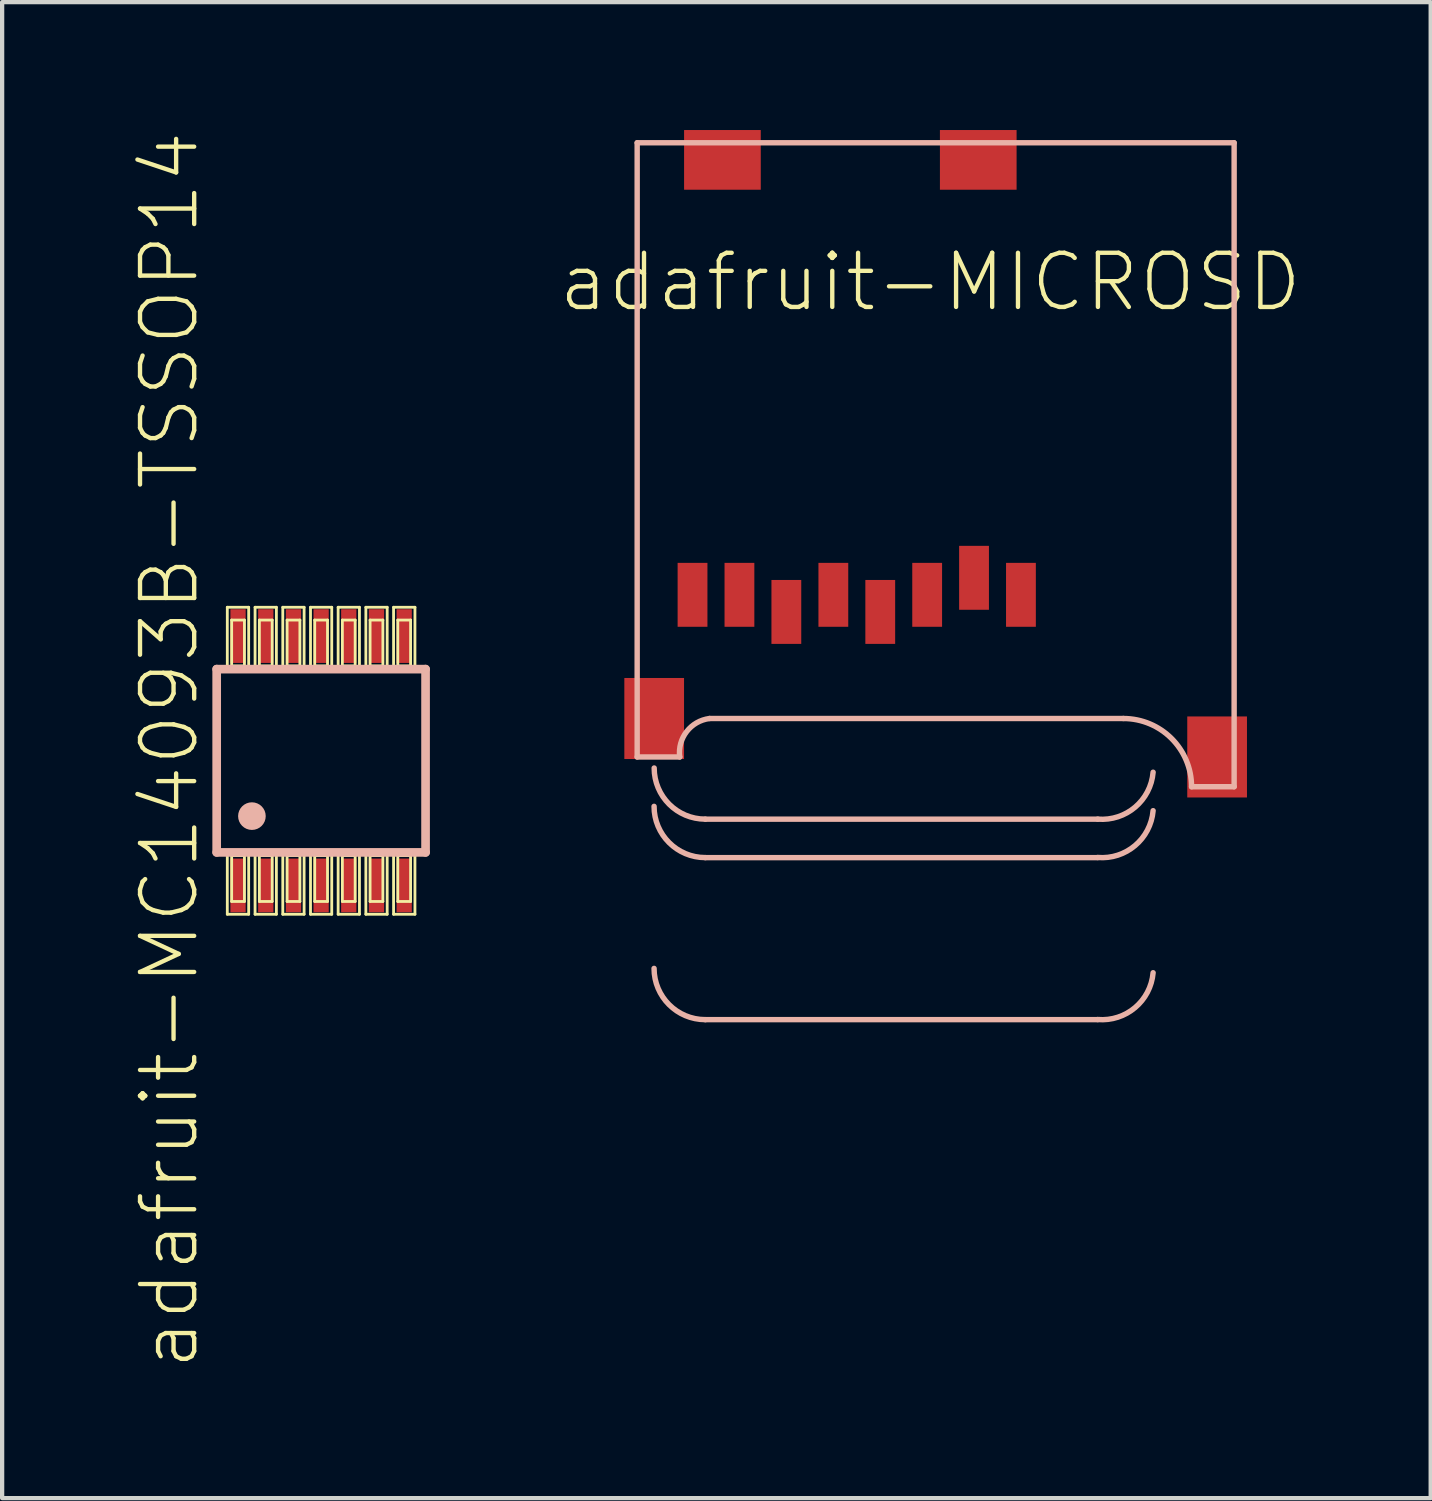
<source format=kicad_pcb>
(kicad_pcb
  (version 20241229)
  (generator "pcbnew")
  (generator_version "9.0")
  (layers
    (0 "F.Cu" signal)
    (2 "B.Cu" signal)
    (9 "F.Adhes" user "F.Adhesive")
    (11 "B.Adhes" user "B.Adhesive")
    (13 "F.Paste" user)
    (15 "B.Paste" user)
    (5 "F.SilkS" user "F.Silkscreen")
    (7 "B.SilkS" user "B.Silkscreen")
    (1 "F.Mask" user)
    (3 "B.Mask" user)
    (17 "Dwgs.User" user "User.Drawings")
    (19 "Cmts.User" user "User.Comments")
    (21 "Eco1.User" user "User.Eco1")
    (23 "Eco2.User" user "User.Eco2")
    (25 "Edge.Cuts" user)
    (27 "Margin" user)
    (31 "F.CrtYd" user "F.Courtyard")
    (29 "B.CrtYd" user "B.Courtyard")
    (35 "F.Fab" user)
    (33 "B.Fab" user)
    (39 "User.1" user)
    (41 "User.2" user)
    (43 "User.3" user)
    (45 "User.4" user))
  (footprint "adafruit-MC14093B-TSSOP14"
    (layer "F.Cu")
    (at 4.48 14.789)
    (property "Reference" "adafruit-MC14093B-TSSOP14" (at -3.559 -0.249 90) (layer "F.SilkS") (effects (font (size 1.27 1.27) (thickness 0.102))))
    (attr smd)
    (fp_line (start -2.2 -3.599) (end -1.699 -3.599) (stroke (width 0.066) (type solid)) (layer "F.SilkS"))
    (fp_line (start -2.2 -2.2) (end -2.2 -3.599) (stroke (width 0.066) (type solid)) (layer "F.SilkS"))
    (fp_line (start -2.2 -2.2) (end -1.699 -2.2) (stroke (width 0.066) (type solid)) (layer "F.SilkS"))
    (fp_line (start -2.2 2.2) (end -1.699 2.2) (stroke (width 0.066) (type solid)) (layer "F.SilkS"))
    (fp_line (start -2.2 3.599) (end -2.2 2.2) (stroke (width 0.066) (type solid)) (layer "F.SilkS"))
    (fp_line (start -2.2 3.599) (end -1.699 3.599) (stroke (width 0.066) (type solid)) (layer "F.SilkS"))
    (fp_line (start -2.098 -3.299) (end -1.798 -3.299) (stroke (width 0.066) (type solid)) (layer "F.SilkS"))
    (fp_line (start -2.098 -2.223) (end -2.098 -3.299) (stroke (width 0.066) (type solid)) (layer "F.SilkS"))
    (fp_line (start -2.098 -2.223) (end -1.798 -2.223) (stroke (width 0.066) (type solid)) (layer "F.SilkS"))
    (fp_line (start -2.098 2.223) (end -1.798 2.223) (stroke (width 0.066) (type solid)) (layer "F.SilkS"))
    (fp_line (start -2.098 3.299) (end -2.098 2.223) (stroke (width 0.066) (type solid)) (layer "F.SilkS"))
    (fp_line (start -2.098 3.299) (end -1.798 3.299) (stroke (width 0.066) (type solid)) (layer "F.SilkS"))
    (fp_line (start -1.798 -2.223) (end -1.798 -3.299) (stroke (width 0.066) (type solid)) (layer "F.SilkS"))
    (fp_line (start -1.798 3.299) (end -1.798 2.223) (stroke (width 0.066) (type solid)) (layer "F.SilkS"))
    (fp_line (start -1.699 -2.2) (end -1.699 -3.599) (stroke (width 0.066) (type solid)) (layer "F.SilkS"))
    (fp_line (start -1.699 3.599) (end -1.699 2.2) (stroke (width 0.066) (type solid)) (layer "F.SilkS"))
    (fp_line (start -1.549 -3.599) (end -1.049 -3.599) (stroke (width 0.066) (type solid)) (layer "F.SilkS"))
    (fp_line (start -1.549 -2.2) (end -1.549 -3.599) (stroke (width 0.066) (type solid)) (layer "F.SilkS"))
    (fp_line (start -1.549 -2.2) (end -1.049 -2.2) (stroke (width 0.066) (type solid)) (layer "F.SilkS"))
    (fp_line (start -1.549 2.2) (end -1.049 2.2) (stroke (width 0.066) (type solid)) (layer "F.SilkS"))
    (fp_line (start -1.549 3.599) (end -1.549 2.2) (stroke (width 0.066) (type solid)) (layer "F.SilkS"))
    (fp_line (start -1.549 3.599) (end -1.049 3.599) (stroke (width 0.066) (type solid)) (layer "F.SilkS"))
    (fp_line (start -1.448 -3.299) (end -1.148 -3.299) (stroke (width 0.066) (type solid)) (layer "F.SilkS"))
    (fp_line (start -1.448 -2.223) (end -1.448 -3.299) (stroke (width 0.066) (type solid)) (layer "F.SilkS"))
    (fp_line (start -1.448 -2.223) (end -1.148 -2.223) (stroke (width 0.066) (type solid)) (layer "F.SilkS"))
    (fp_line (start -1.448 2.223) (end -1.148 2.223) (stroke (width 0.066) (type solid)) (layer "F.SilkS"))
    (fp_line (start -1.448 3.299) (end -1.448 2.223) (stroke (width 0.066) (type solid)) (layer "F.SilkS"))
    (fp_line (start -1.448 3.299) (end -1.148 3.299) (stroke (width 0.066) (type solid)) (layer "F.SilkS"))
    (fp_line (start -1.148 -2.223) (end -1.148 -3.299) (stroke (width 0.066) (type solid)) (layer "F.SilkS"))
    (fp_line (start -1.148 3.299) (end -1.148 2.223) (stroke (width 0.066) (type solid)) (layer "F.SilkS"))
    (fp_line (start -1.049 -2.2) (end -1.049 -3.599) (stroke (width 0.066) (type solid)) (layer "F.SilkS"))
    (fp_line (start -1.049 3.599) (end -1.049 2.2) (stroke (width 0.066) (type solid)) (layer "F.SilkS"))
    (fp_line (start -0.899 -3.599) (end -0.399 -3.599) (stroke (width 0.066) (type solid)) (layer "F.SilkS"))
    (fp_line (start -0.899 -2.2) (end -0.899 -3.599) (stroke (width 0.066) (type solid)) (layer "F.SilkS"))
    (fp_line (start -0.899 -2.2) (end -0.399 -2.2) (stroke (width 0.066) (type solid)) (layer "F.SilkS"))
    (fp_line (start -0.899 2.2) (end -0.399 2.2) (stroke (width 0.066) (type solid)) (layer "F.SilkS"))
    (fp_line (start -0.899 3.599) (end -0.899 2.2) (stroke (width 0.066) (type solid)) (layer "F.SilkS"))
    (fp_line (start -0.899 3.599) (end -0.399 3.599) (stroke (width 0.066) (type solid)) (layer "F.SilkS"))
    (fp_line (start -0.798 -3.299) (end -0.498 -3.299) (stroke (width 0.066) (type solid)) (layer "F.SilkS"))
    (fp_line (start -0.798 -2.223) (end -0.798 -3.299) (stroke (width 0.066) (type solid)) (layer "F.SilkS"))
    (fp_line (start -0.798 -2.223) (end -0.498 -2.223) (stroke (width 0.066) (type solid)) (layer "F.SilkS"))
    (fp_line (start -0.798 2.223) (end -0.498 2.223) (stroke (width 0.066) (type solid)) (layer "F.SilkS"))
    (fp_line (start -0.798 3.299) (end -0.798 2.223) (stroke (width 0.066) (type solid)) (layer "F.SilkS"))
    (fp_line (start -0.798 3.299) (end -0.498 3.299) (stroke (width 0.066) (type solid)) (layer "F.SilkS"))
    (fp_line (start -0.498 -2.223) (end -0.498 -3.299) (stroke (width 0.066) (type solid)) (layer "F.SilkS"))
    (fp_line (start -0.498 3.299) (end -0.498 2.223) (stroke (width 0.066) (type solid)) (layer "F.SilkS"))
    (fp_line (start -0.399 -2.2) (end -0.399 -3.599) (stroke (width 0.066) (type solid)) (layer "F.SilkS"))
    (fp_line (start -0.399 3.599) (end -0.399 2.2) (stroke (width 0.066) (type solid)) (layer "F.SilkS"))
    (fp_line (start -0.249 -3.599) (end 0.249 -3.599) (stroke (width 0.066) (type solid)) (layer "F.SilkS"))
    (fp_line (start -0.249 -2.2) (end -0.249 -3.599) (stroke (width 0.066) (type solid)) (layer "F.SilkS"))
    (fp_line (start -0.249 -2.2) (end 0.249 -2.2) (stroke (width 0.066) (type solid)) (layer "F.SilkS"))
    (fp_line (start -0.249 2.2) (end 0.249 2.2) (stroke (width 0.066) (type solid)) (layer "F.SilkS"))
    (fp_line (start -0.249 3.599) (end -0.249 2.2) (stroke (width 0.066) (type solid)) (layer "F.SilkS"))
    (fp_line (start -0.249 3.599) (end 0.249 3.599) (stroke (width 0.066) (type solid)) (layer "F.SilkS"))
    (fp_line (start -0.15 -3.299) (end 0.15 -3.299) (stroke (width 0.066) (type solid)) (layer "F.SilkS"))
    (fp_line (start -0.15 -2.223) (end -0.15 -3.299) (stroke (width 0.066) (type solid)) (layer "F.SilkS"))
    (fp_line (start -0.15 -2.223) (end 0.15 -2.223) (stroke (width 0.066) (type solid)) (layer "F.SilkS"))
    (fp_line (start -0.15 2.223) (end 0.15 2.223) (stroke (width 0.066) (type solid)) (layer "F.SilkS"))
    (fp_line (start -0.15 3.299) (end -0.15 2.223) (stroke (width 0.066) (type solid)) (layer "F.SilkS"))
    (fp_line (start -0.15 3.299) (end 0.15 3.299) (stroke (width 0.066) (type solid)) (layer "F.SilkS"))
    (fp_line (start 0.15 -2.223) (end 0.15 -3.299) (stroke (width 0.066) (type solid)) (layer "F.SilkS"))
    (fp_line (start 0.15 3.299) (end 0.15 2.223) (stroke (width 0.066) (type solid)) (layer "F.SilkS"))
    (fp_line (start 0.249 -2.2) (end 0.249 -3.599) (stroke (width 0.066) (type solid)) (layer "F.SilkS"))
    (fp_line (start 0.249 3.599) (end 0.249 2.2) (stroke (width 0.066) (type solid)) (layer "F.SilkS"))
    (fp_line (start 0.399 -3.599) (end 0.899 -3.599) (stroke (width 0.066) (type solid)) (layer "F.SilkS"))
    (fp_line (start 0.399 -2.2) (end 0.399 -3.599) (stroke (width 0.066) (type solid)) (layer "F.SilkS"))
    (fp_line (start 0.399 -2.2) (end 0.899 -2.2) (stroke (width 0.066) (type solid)) (layer "F.SilkS"))
    (fp_line (start 0.399 2.2) (end 0.899 2.2) (stroke (width 0.066) (type solid)) (layer "F.SilkS"))
    (fp_line (start 0.399 3.599) (end 0.399 2.2) (stroke (width 0.066) (type solid)) (layer "F.SilkS"))
    (fp_line (start 0.399 3.599) (end 0.899 3.599) (stroke (width 0.066) (type solid)) (layer "F.SilkS"))
    (fp_line (start 0.498 -3.299) (end 0.798 -3.299) (stroke (width 0.066) (type solid)) (layer "F.SilkS"))
    (fp_line (start 0.498 -2.223) (end 0.498 -3.299) (stroke (width 0.066) (type solid)) (layer "F.SilkS"))
    (fp_line (start 0.498 -2.223) (end 0.798 -2.223) (stroke (width 0.066) (type solid)) (layer "F.SilkS"))
    (fp_line (start 0.498 2.223) (end 0.798 2.223) (stroke (width 0.066) (type solid)) (layer "F.SilkS"))
    (fp_line (start 0.498 3.299) (end 0.498 2.223) (stroke (width 0.066) (type solid)) (layer "F.SilkS"))
    (fp_line (start 0.498 3.299) (end 0.798 3.299) (stroke (width 0.066) (type solid)) (layer "F.SilkS"))
    (fp_line (start 0.798 -2.223) (end 0.798 -3.299) (stroke (width 0.066) (type solid)) (layer "F.SilkS"))
    (fp_line (start 0.798 3.299) (end 0.798 2.223) (stroke (width 0.066) (type solid)) (layer "F.SilkS"))
    (fp_line (start 0.899 -2.2) (end 0.899 -3.599) (stroke (width 0.066) (type solid)) (layer "F.SilkS"))
    (fp_line (start 0.899 3.599) (end 0.899 2.2) (stroke (width 0.066) (type solid)) (layer "F.SilkS"))
    (fp_line (start 1.049 -3.599) (end 1.549 -3.599) (stroke (width 0.066) (type solid)) (layer "F.SilkS"))
    (fp_line (start 1.049 -2.2) (end 1.049 -3.599) (stroke (width 0.066) (type solid)) (layer "F.SilkS"))
    (fp_line (start 1.049 -2.2) (end 1.549 -2.2) (stroke (width 0.066) (type solid)) (layer "F.SilkS"))
    (fp_line (start 1.049 2.2) (end 1.549 2.2) (stroke (width 0.066) (type solid)) (layer "F.SilkS"))
    (fp_line (start 1.049 3.599) (end 1.049 2.2) (stroke (width 0.066) (type solid)) (layer "F.SilkS"))
    (fp_line (start 1.049 3.599) (end 1.549 3.599) (stroke (width 0.066) (type solid)) (layer "F.SilkS"))
    (fp_line (start 1.148 -3.299) (end 1.448 -3.299) (stroke (width 0.066) (type solid)) (layer "F.SilkS"))
    (fp_line (start 1.148 -2.223) (end 1.148 -3.299) (stroke (width 0.066) (type solid)) (layer "F.SilkS"))
    (fp_line (start 1.148 -2.223) (end 1.448 -2.223) (stroke (width 0.066) (type solid)) (layer "F.SilkS"))
    (fp_line (start 1.148 2.223) (end 1.448 2.223) (stroke (width 0.066) (type solid)) (layer "F.SilkS"))
    (fp_line (start 1.148 3.299) (end 1.148 2.223) (stroke (width 0.066) (type solid)) (layer "F.SilkS"))
    (fp_line (start 1.148 3.299) (end 1.448 3.299) (stroke (width 0.066) (type solid)) (layer "F.SilkS"))
    (fp_line (start 1.448 -2.223) (end 1.448 -3.299) (stroke (width 0.066) (type solid)) (layer "F.SilkS"))
    (fp_line (start 1.448 3.299) (end 1.448 2.223) (stroke (width 0.066) (type solid)) (layer "F.SilkS"))
    (fp_line (start 1.549 -2.2) (end 1.549 -3.599) (stroke (width 0.066) (type solid)) (layer "F.SilkS"))
    (fp_line (start 1.549 3.599) (end 1.549 2.2) (stroke (width 0.066) (type solid)) (layer "F.SilkS"))
    (fp_line (start 1.699 -3.599) (end 2.2 -3.599) (stroke (width 0.066) (type solid)) (layer "F.SilkS"))
    (fp_line (start 1.699 -2.2) (end 1.699 -3.599) (stroke (width 0.066) (type solid)) (layer "F.SilkS"))
    (fp_line (start 1.699 -2.2) (end 2.2 -2.2) (stroke (width 0.066) (type solid)) (layer "F.SilkS"))
    (fp_line (start 1.699 2.2) (end 2.2 2.2) (stroke (width 0.066) (type solid)) (layer "F.SilkS"))
    (fp_line (start 1.699 3.599) (end 1.699 2.2) (stroke (width 0.066) (type solid)) (layer "F.SilkS"))
    (fp_line (start 1.699 3.599) (end 2.2 3.599) (stroke (width 0.066) (type solid)) (layer "F.SilkS"))
    (fp_line (start 1.798 -3.299) (end 2.098 -3.299) (stroke (width 0.066) (type solid)) (layer "F.SilkS"))
    (fp_line (start 1.798 -2.223) (end 1.798 -3.299) (stroke (width 0.066) (type solid)) (layer "F.SilkS"))
    (fp_line (start 1.798 -2.223) (end 2.098 -2.223) (stroke (width 0.066) (type solid)) (layer "F.SilkS"))
    (fp_line (start 1.798 2.223) (end 2.098 2.223) (stroke (width 0.066) (type solid)) (layer "F.SilkS"))
    (fp_line (start 1.798 3.299) (end 1.798 2.223) (stroke (width 0.066) (type solid)) (layer "F.SilkS"))
    (fp_line (start 1.798 3.299) (end 2.098 3.299) (stroke (width 0.066) (type solid)) (layer "F.SilkS"))
    (fp_line (start 2.098 -2.223) (end 2.098 -3.299) (stroke (width 0.066) (type solid)) (layer "F.SilkS"))
    (fp_line (start 2.098 3.299) (end 2.098 2.223) (stroke (width 0.066) (type solid)) (layer "F.SilkS"))
    (fp_line (start 2.2 -2.2) (end 2.2 -3.599) (stroke (width 0.066) (type solid)) (layer "F.SilkS"))
    (fp_line (start 2.2 3.599) (end 2.2 2.2) (stroke (width 0.066) (type solid)) (layer "F.SilkS"))
    (fp_line (start -2.449 -2.149) (end 2.449 -2.149) (stroke (width 0.203) (type solid)) (layer "B.SilkS"))
    (fp_line (start -2.449 2.149) (end -2.449 -2.149) (stroke (width 0.203) (type solid)) (layer "B.SilkS"))
    (fp_line (start 2.449 -2.149) (end 2.449 2.149) (stroke (width 0.203) (type solid)) (layer "B.SilkS"))
    (fp_line (start 2.449 2.149) (end -2.449 2.149) (stroke (width 0.203) (type solid)) (layer "B.SilkS"))
    (fp_circle (center -1.623 1.298) (end -1.852 1.527) (stroke (width 0) (type solid)) (fill yes) (layer "B.SilkS"))
    (pad "1" smd rect (at -1.948 2.924) (size 0.358 1.26) (layers "F.Cu" "F.Mask" "F.Paste"))
    (pad "2" smd rect (at -1.298 2.924) (size 0.358 1.26) (layers "F.Cu" "F.Mask" "F.Paste"))
    (pad "3" smd rect (at -0.648 2.924) (size 0.358 1.26) (layers "F.Cu" "F.Mask" "F.Paste"))
    (pad "4" smd rect (at 0 2.924) (size 0.358 1.26) (layers "F.Cu" "F.Mask" "F.Paste"))
    (pad "5" smd rect (at 0.648 2.924) (size 0.358 1.26) (layers "F.Cu" "F.Mask" "F.Paste"))
    (pad "6" smd rect (at 1.298 2.924) (size 0.358 1.26) (layers "F.Cu" "F.Mask" "F.Paste"))
    (pad "7" smd rect (at 1.948 2.924) (size 0.358 1.26) (layers "F.Cu" "F.Mask" "F.Paste"))
    (pad "8" smd rect (at 1.948 -2.924 180) (size 0.358 1.26) (layers "F.Cu" "F.Mask" "F.Paste"))
    (pad "9" smd rect (at 1.298 -2.924 180) (size 0.358 1.26) (layers "F.Cu" "F.Mask" "F.Paste"))
    (pad "10" smd rect (at 0.648 -2.924 180) (size 0.358 1.26) (layers "F.Cu" "F.Mask" "F.Paste"))
    (pad "11" smd rect (at 0 -2.924 180) (size 0.358 1.26) (layers "F.Cu" "F.Mask" "F.Paste"))
    (pad "12" smd rect (at -0.648 -2.924 180) (size 0.358 1.26) (layers "F.Cu" "F.Mask" "F.Paste"))
    (pad "13" smd rect (at -1.298 -2.924 180) (size 0.358 1.26) (layers "F.Cu" "F.Mask" "F.Paste"))
    (pad "14" smd rect (at -1.948 -2.924 180) (size 0.358 1.26) (layers "F.Cu" "F.Mask" "F.Paste")))
  (footprint "adafruit-MICROSD"
    (layer "F.Cu")
    (at 11.891 0.26)
    (property "Reference" "adafruit-MICROSD" (at 6.873 3.305 0) (layer "F.SilkS") (effects (font (size 1.27 1.27) (thickness 0.102))))
    (attr smd)
    (fp_line (start 0 0.038) (end 0 14.44) (stroke (width 0.127) (type solid)) (layer "B.SilkS"))
    (fp_line (start 0 14.44) (end 0.998 14.44) (stroke (width 0.127) (type solid)) (layer "B.SilkS"))
    (fp_line (start 1.598 15.898) (end 10.798 15.898) (stroke (width 0.127) (type solid)) (layer "B.SilkS"))
    (fp_line (start 1.598 16.8) (end 10.798 16.8) (stroke (width 0.127) (type solid)) (layer "B.SilkS"))
    (fp_line (start 1.598 20.599) (end 10.798 20.599) (stroke (width 0.127) (type solid)) (layer "B.SilkS"))
    (fp_line (start 1.699 13.538) (end 11.4 13.538) (stroke (width 0.127) (type solid)) (layer "B.SilkS"))
    (fp_line (start 13 15.138) (end 13.998 15.138) (stroke (width 0.127) (type solid)) (layer "B.SilkS"))
    (fp_line (start 13.998 0.038) (end 0 0.038) (stroke (width 0.127) (type solid)) (layer "B.SilkS"))
    (fp_line (start 13.998 15.138) (end 13.998 0.038) (stroke (width 0.127) (type solid)) (layer "B.SilkS"))
    (fp_arc (start 0.99822 14.4399) (mid 1.160722 13.844386) (end 1.69672 13.5382) (stroke (width 0.127) (type solid)) (layer "B.SilkS"))
    (fp_arc (start 1.59766 15.89786) (mid 0.749924 15.546716) (end 0.39878 14.69898) (stroke (width 0.127) (type solid)) (layer "B.SilkS"))
    (fp_arc (start 1.59766 16.79956) (mid 0.748128 16.447672) (end 0.39624 15.59814) (stroke (width 0.127) (type solid)) (layer "B.SilkS"))
    (fp_arc (start 1.59766 20.5994) (mid 0.748128 20.247512) (end 0.39624 19.39798) (stroke (width 0.127) (type solid)) (layer "B.SilkS"))
    (fp_arc (start 11.39952 13.5382) (mid 12.531032 14.006888) (end 12.99972 15.1384) (stroke (width 0.127) (type solid)) (layer "B.SilkS"))
    (fp_arc (start 12.09802 14.79804) (mid 11.67683 15.616762) (end 10.80008 15.89786) (stroke (width 0.127) (type solid)) (layer "B.SilkS"))
    (fp_arc (start 12.09802 15.69974) (mid 11.675034 16.517718) (end 10.79754 16.79702) (stroke (width 0.127) (type solid)) (layer "B.SilkS"))
    (fp_arc (start 12.09802 19.49958) (mid 11.675034 20.317558) (end 10.79754 20.59686) (stroke (width 0.127) (type solid)) (layer "B.SilkS"))
    (pad "1" smd rect (at 8.999 10.638) (size 0.699 1.499) (layers "F.Cu" "F.Mask" "F.Paste"))
    (pad "2" smd rect (at 7.899 10.239) (size 0.699 1.499) (layers "F.Cu" "F.Mask" "F.Paste"))
    (pad "3" smd rect (at 6.8 10.638) (size 0.699 1.499) (layers "F.Cu" "F.Mask" "F.Paste"))
    (pad "4" smd rect (at 5.7 11.039) (size 0.699 1.499) (layers "F.Cu" "F.Mask" "F.Paste"))
    (pad "5" smd rect (at 4.6 10.638) (size 0.699 1.499) (layers "F.Cu" "F.Mask" "F.Paste"))
    (pad "6" smd rect (at 3.498 11.039) (size 0.699 1.499) (layers "F.Cu" "F.Mask" "F.Paste"))
    (pad "7" smd rect (at 2.398 10.638) (size 0.699 1.499) (layers "F.Cu" "F.Mask" "F.Paste"))
    (pad "8" smd rect (at 1.298 10.638) (size 0.699 1.499) (layers "F.Cu" "F.Mask" "F.Paste"))
    (pad "CD1" smd rect (at 1.999 0.439 90) (size 1.4 1.798) (layers "F.Cu" "F.Mask" "F.Paste"))
    (pad "CD2" smd rect (at 7.998 0.439 90) (size 1.4 1.798) (layers "F.Cu" "F.Mask" "F.Paste"))
    (pad "MT1" smd rect (at 0.399 13.538) (size 1.4 1.9) (layers "F.Cu" "F.Mask" "F.Paste"))
    (pad "MT2" smd rect (at 13.599 14.44) (size 1.4 1.9) (layers "F.Cu" "F.Mask" "F.Paste")))
  (gr_rect
    (start -3 -3)
    (end 30.498 32.079)
    (stroke (width 0.1) (type default))
    (fill no)
    (layer "Edge.Cuts")))
</source>
